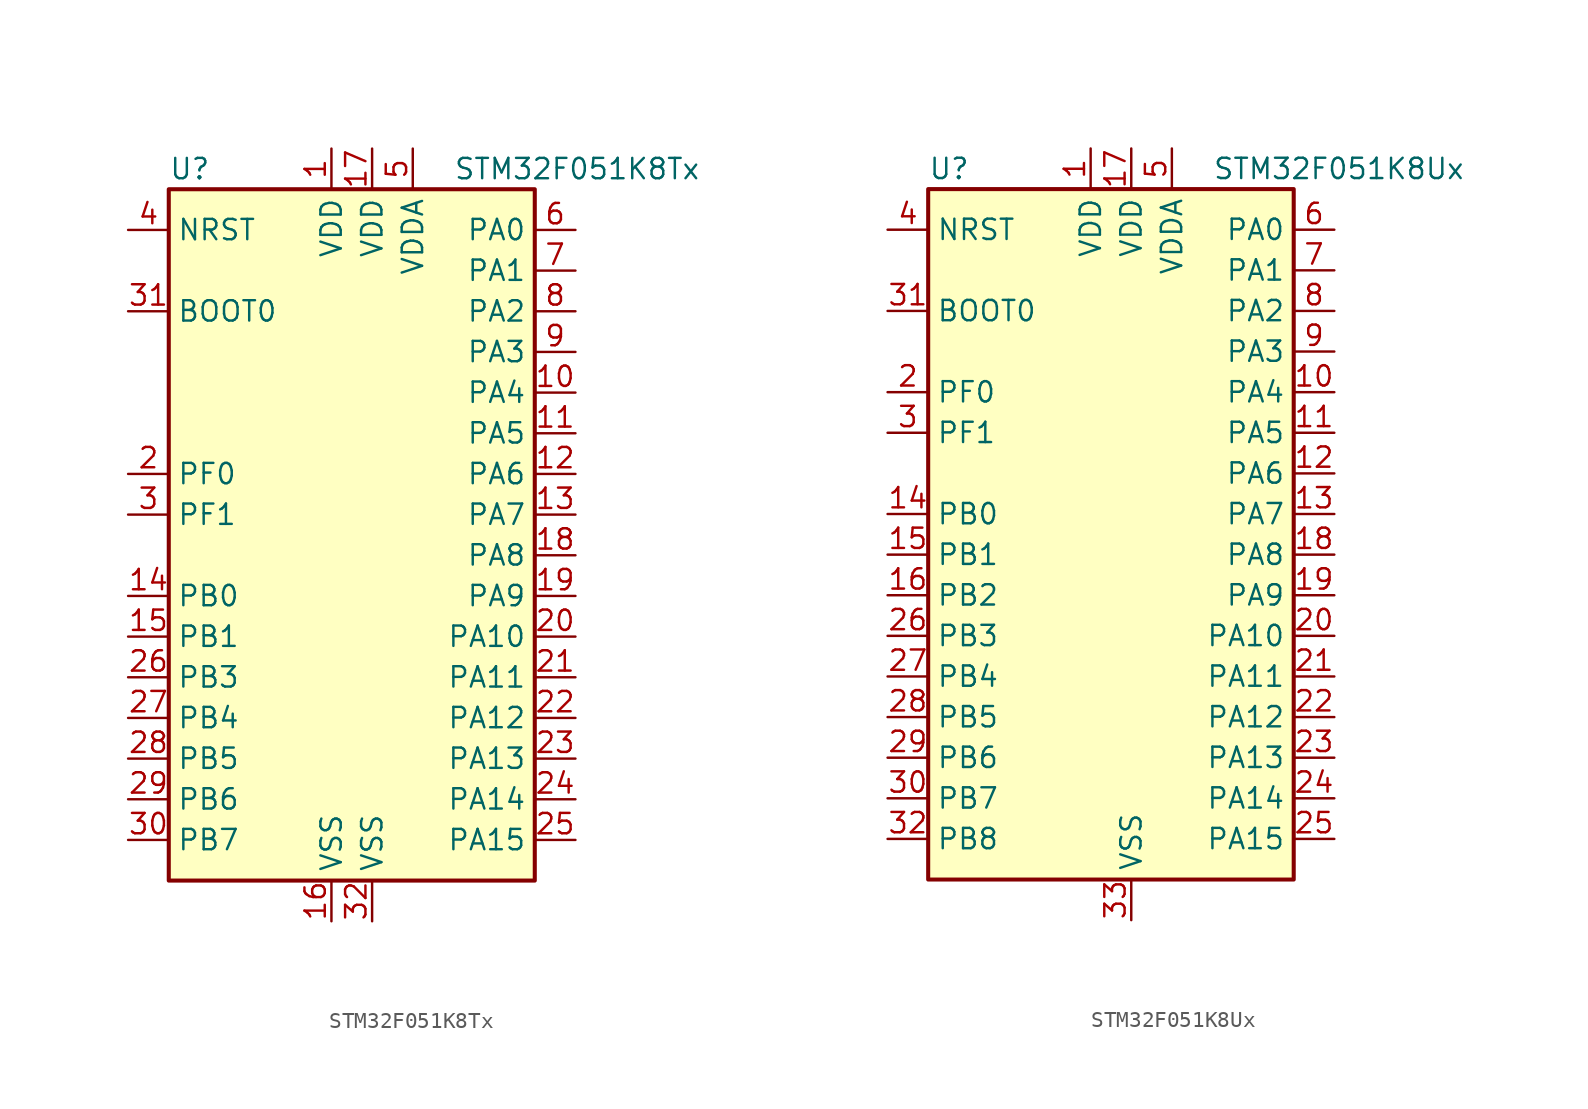
<source format=kicad_sym>
(kicad_symbol_lib
  (version 20201005)
  (generator kicad_symbol_editor)
  (symbol "MCU_ST_STM32F0:STM32F051K8Tx"
    (property "Reference" "U"
      (at -12.7 21.59 0)
      (effects (font (size 1.27 1.27)) (justify left)))
    (property "Value" "STM32F051K8Tx"
      (at 5.08 21.59 0)
      (effects (font (size 1.27 1.27)) (justify left)))
    (symbol "STM32F051K8Tx_0_1"
      (rectangle (start -12.7 -22.86) (end 10.16 20.32) (stroke (width 0.254)) (fill (type background))))
    (symbol "STM32F051K8Tx_1_1"
      (pin power_in line (at -2.54 22.86 270) (length 2.54) (name "VDD" (effects (font (size 1.27 1.27)))) (number "1" (effects (font (size 1.27 1.27)))))
      (pin bidirectional line (at 12.7 7.62 180) (length 2.54) (name "PA4" (effects (font (size 1.27 1.27)))) (number "10" (effects (font (size 1.27 1.27)))))
      (pin bidirectional line (at 12.7 5.08 180) (length 2.54) (name "PA5" (effects (font (size 1.27 1.27)))) (number "11" (effects (font (size 1.27 1.27)))))
      (pin bidirectional line (at 12.7 2.54 180) (length 2.54) (name "PA6" (effects (font (size 1.27 1.27)))) (number "12" (effects (font (size 1.27 1.27)))))
      (pin bidirectional line (at 12.7 0 180) (length 2.54) (name "PA7" (effects (font (size 1.27 1.27)))) (number "13" (effects (font (size 1.27 1.27)))))
      (pin bidirectional line (at -15.24 -5.08 0) (length 2.54) (name "PB0" (effects (font (size 1.27 1.27)))) (number "14" (effects (font (size 1.27 1.27)))))
      (pin bidirectional line (at -15.24 -7.62 0) (length 2.54) (name "PB1" (effects (font (size 1.27 1.27)))) (number "15" (effects (font (size 1.27 1.27)))))
      (pin power_in line (at -2.54 -25.4 90) (length 2.54) (name "VSS" (effects (font (size 1.27 1.27)))) (number "16" (effects (font (size 1.27 1.27)))))
      (pin power_in line (at 0 22.86 270) (length 2.54) (name "VDD" (effects (font (size 1.27 1.27)))) (number "17" (effects (font (size 1.27 1.27)))))
      (pin bidirectional line (at 12.7 -2.54 180) (length 2.54) (name "PA8" (effects (font (size 1.27 1.27)))) (number "18" (effects (font (size 1.27 1.27)))))
      (pin bidirectional line (at 12.7 -5.08 180) (length 2.54) (name "PA9" (effects (font (size 1.27 1.27)))) (number "19" (effects (font (size 1.27 1.27)))))
      (pin input line (at -15.24 2.54 0) (length 2.54) (name "PF0" (effects (font (size 1.27 1.27)))) (number "2" (effects (font (size 1.27 1.27)))))
      (pin bidirectional line (at 12.7 -7.62 180) (length 2.54) (name "PA10" (effects (font (size 1.27 1.27)))) (number "20" (effects (font (size 1.27 1.27)))))
      (pin bidirectional line (at 12.7 -10.16 180) (length 2.54) (name "PA11" (effects (font (size 1.27 1.27)))) (number "21" (effects (font (size 1.27 1.27)))))
      (pin bidirectional line (at 12.7 -12.7 180) (length 2.54) (name "PA12" (effects (font (size 1.27 1.27)))) (number "22" (effects (font (size 1.27 1.27)))))
      (pin bidirectional line (at 12.7 -15.24 180) (length 2.54) (name "PA13" (effects (font (size 1.27 1.27)))) (number "23" (effects (font (size 1.27 1.27)))))
      (pin bidirectional line (at 12.7 -17.78 180) (length 2.54) (name "PA14" (effects (font (size 1.27 1.27)))) (number "24" (effects (font (size 1.27 1.27)))))
      (pin bidirectional line (at 12.7 -20.32 180) (length 2.54) (name "PA15" (effects (font (size 1.27 1.27)))) (number "25" (effects (font (size 1.27 1.27)))))
      (pin bidirectional line (at -15.24 -10.16 0) (length 2.54) (name "PB3" (effects (font (size 1.27 1.27)))) (number "26" (effects (font (size 1.27 1.27)))))
      (pin bidirectional line (at -15.24 -12.7 0) (length 2.54) (name "PB4" (effects (font (size 1.27 1.27)))) (number "27" (effects (font (size 1.27 1.27)))))
      (pin bidirectional line (at -15.24 -15.24 0) (length 2.54) (name "PB5" (effects (font (size 1.27 1.27)))) (number "28" (effects (font (size 1.27 1.27)))))
      (pin bidirectional line (at -15.24 -17.78 0) (length 2.54) (name "PB6" (effects (font (size 1.27 1.27)))) (number "29" (effects (font (size 1.27 1.27)))))
      (pin input line (at -15.24 0 0) (length 2.54) (name "PF1" (effects (font (size 1.27 1.27)))) (number "3" (effects (font (size 1.27 1.27)))))
      (pin bidirectional line (at -15.24 -20.32 0) (length 2.54) (name "PB7" (effects (font (size 1.27 1.27)))) (number "30" (effects (font (size 1.27 1.27)))))
      (pin input line (at -15.24 12.7 0) (length 2.54) (name "BOOT0" (effects (font (size 1.27 1.27)))) (number "31" (effects (font (size 1.27 1.27)))))
      (pin power_in line (at 0 -25.4 90) (length 2.54) (name "VSS" (effects (font (size 1.27 1.27)))) (number "32" (effects (font (size 1.27 1.27)))))
      (pin input line (at -15.24 17.78 0) (length 2.54) (name "NRST" (effects (font (size 1.27 1.27)))) (number "4" (effects (font (size 1.27 1.27)))))
      (pin power_in line (at 2.54 22.86 270) (length 2.54) (name "VDDA" (effects (font (size 1.27 1.27)))) (number "5" (effects (font (size 1.27 1.27)))))
      (pin bidirectional line (at 12.7 17.78 180) (length 2.54) (name "PA0" (effects (font (size 1.27 1.27)))) (number "6" (effects (font (size 1.27 1.27)))))
      (pin bidirectional line (at 12.7 15.24 180) (length 2.54) (name "PA1" (effects (font (size 1.27 1.27)))) (number "7" (effects (font (size 1.27 1.27)))))
      (pin bidirectional line (at 12.7 12.7 180) (length 2.54) (name "PA2" (effects (font (size 1.27 1.27)))) (number "8" (effects (font (size 1.27 1.27)))))
      (pin bidirectional line (at 12.7 10.16 180) (length 2.54) (name "PA3" (effects (font (size 1.27 1.27)))) (number "9" (effects (font (size 1.27 1.27)))))))
  (symbol "MCU_ST_STM32F0:STM32F051K8Ux"
    (property "Reference" "U"
      (at -12.7 21.59 0)
      (effects (font (size 1.27 1.27)) (justify left)))
    (property "Value" "STM32F051K8Ux"
      (at 5.08 21.59 0)
      (effects (font (size 1.27 1.27)) (justify left)))
    (symbol "STM32F051K8Ux_0_1"
      (rectangle (start -12.7 -22.86) (end 10.16 20.32) (stroke (width 0.254)) (fill (type background))))
    (symbol "STM32F051K8Ux_1_1"
      (pin power_in line (at -2.54 22.86 270) (length 2.54) (name "VDD" (effects (font (size 1.27 1.27)))) (number "1" (effects (font (size 1.27 1.27)))))
      (pin bidirectional line (at 12.7 7.62 180) (length 2.54) (name "PA4" (effects (font (size 1.27 1.27)))) (number "10" (effects (font (size 1.27 1.27)))))
      (pin bidirectional line (at 12.7 5.08 180) (length 2.54) (name "PA5" (effects (font (size 1.27 1.27)))) (number "11" (effects (font (size 1.27 1.27)))))
      (pin bidirectional line (at 12.7 2.54 180) (length 2.54) (name "PA6" (effects (font (size 1.27 1.27)))) (number "12" (effects (font (size 1.27 1.27)))))
      (pin bidirectional line (at 12.7 0 180) (length 2.54) (name "PA7" (effects (font (size 1.27 1.27)))) (number "13" (effects (font (size 1.27 1.27)))))
      (pin bidirectional line (at -15.24 0 0) (length 2.54) (name "PB0" (effects (font (size 1.27 1.27)))) (number "14" (effects (font (size 1.27 1.27)))))
      (pin bidirectional line (at -15.24 -2.54 0) (length 2.54) (name "PB1" (effects (font (size 1.27 1.27)))) (number "15" (effects (font (size 1.27 1.27)))))
      (pin bidirectional line (at -15.24 -5.08 0) (length 2.54) (name "PB2" (effects (font (size 1.27 1.27)))) (number "16" (effects (font (size 1.27 1.27)))))
      (pin power_in line (at 0 22.86 270) (length 2.54) (name "VDD" (effects (font (size 1.27 1.27)))) (number "17" (effects (font (size 1.27 1.27)))))
      (pin bidirectional line (at 12.7 -2.54 180) (length 2.54) (name "PA8" (effects (font (size 1.27 1.27)))) (number "18" (effects (font (size 1.27 1.27)))))
      (pin bidirectional line (at 12.7 -5.08 180) (length 2.54) (name "PA9" (effects (font (size 1.27 1.27)))) (number "19" (effects (font (size 1.27 1.27)))))
      (pin input line (at -15.24 7.62 0) (length 2.54) (name "PF0" (effects (font (size 1.27 1.27)))) (number "2" (effects (font (size 1.27 1.27)))))
      (pin bidirectional line (at 12.7 -7.62 180) (length 2.54) (name "PA10" (effects (font (size 1.27 1.27)))) (number "20" (effects (font (size 1.27 1.27)))))
      (pin bidirectional line (at 12.7 -10.16 180) (length 2.54) (name "PA11" (effects (font (size 1.27 1.27)))) (number "21" (effects (font (size 1.27 1.27)))))
      (pin bidirectional line (at 12.7 -12.7 180) (length 2.54) (name "PA12" (effects (font (size 1.27 1.27)))) (number "22" (effects (font (size 1.27 1.27)))))
      (pin bidirectional line (at 12.7 -15.24 180) (length 2.54) (name "PA13" (effects (font (size 1.27 1.27)))) (number "23" (effects (font (size 1.27 1.27)))))
      (pin bidirectional line (at 12.7 -17.78 180) (length 2.54) (name "PA14" (effects (font (size 1.27 1.27)))) (number "24" (effects (font (size 1.27 1.27)))))
      (pin bidirectional line (at 12.7 -20.32 180) (length 2.54) (name "PA15" (effects (font (size 1.27 1.27)))) (number "25" (effects (font (size 1.27 1.27)))))
      (pin bidirectional line (at -15.24 -7.62 0) (length 2.54) (name "PB3" (effects (font (size 1.27 1.27)))) (number "26" (effects (font (size 1.27 1.27)))))
      (pin bidirectional line (at -15.24 -10.16 0) (length 2.54) (name "PB4" (effects (font (size 1.27 1.27)))) (number "27" (effects (font (size 1.27 1.27)))))
      (pin bidirectional line (at -15.24 -12.7 0) (length 2.54) (name "PB5" (effects (font (size 1.27 1.27)))) (number "28" (effects (font (size 1.27 1.27)))))
      (pin bidirectional line (at -15.24 -15.24 0) (length 2.54) (name "PB6" (effects (font (size 1.27 1.27)))) (number "29" (effects (font (size 1.27 1.27)))))
      (pin input line (at -15.24 5.08 0) (length 2.54) (name "PF1" (effects (font (size 1.27 1.27)))) (number "3" (effects (font (size 1.27 1.27)))))
      (pin bidirectional line (at -15.24 -17.78 0) (length 2.54) (name "PB7" (effects (font (size 1.27 1.27)))) (number "30" (effects (font (size 1.27 1.27)))))
      (pin input line (at -15.24 12.7 0) (length 2.54) (name "BOOT0" (effects (font (size 1.27 1.27)))) (number "31" (effects (font (size 1.27 1.27)))))
      (pin bidirectional line (at -15.24 -20.32 0) (length 2.54) (name "PB8" (effects (font (size 1.27 1.27)))) (number "32" (effects (font (size 1.27 1.27)))))
      (pin power_in line (at 0 -25.4 90) (length 2.54) (name "VSS" (effects (font (size 1.27 1.27)))) (number "33" (effects (font (size 1.27 1.27)))))
      (pin input line (at -15.24 17.78 0) (length 2.54) (name "NRST" (effects (font (size 1.27 1.27)))) (number "4" (effects (font (size 1.27 1.27)))))
      (pin power_in line (at 2.54 22.86 270) (length 2.54) (name "VDDA" (effects (font (size 1.27 1.27)))) (number "5" (effects (font (size 1.27 1.27)))))
      (pin bidirectional line (at 12.7 17.78 180) (length 2.54) (name "PA0" (effects (font (size 1.27 1.27)))) (number "6" (effects (font (size 1.27 1.27)))))
      (pin bidirectional line (at 12.7 15.24 180) (length 2.54) (name "PA1" (effects (font (size 1.27 1.27)))) (number "7" (effects (font (size 1.27 1.27)))))
      (pin bidirectional line (at 12.7 12.7 180) (length 2.54) (name "PA2" (effects (font (size 1.27 1.27)))) (number "8" (effects (font (size 1.27 1.27)))))
      (pin bidirectional line (at 12.7 10.16 180) (length 2.54) (name "PA3" (effects (font (size 1.27 1.27)))) (number "9" (effects (font (size 1.27 1.27))))))))
</source>
